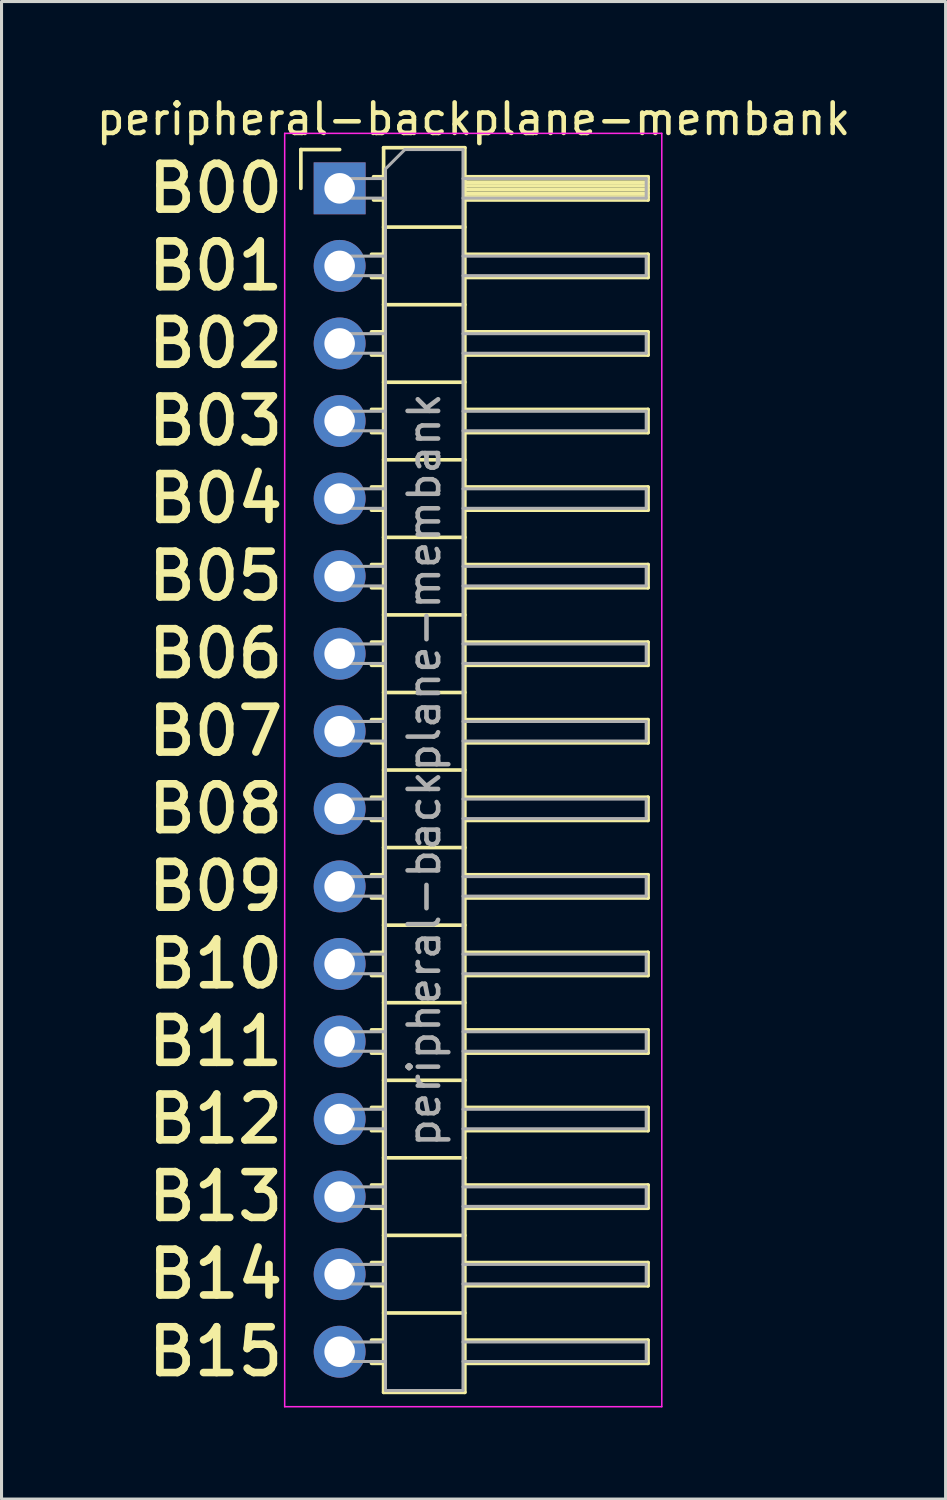
<source format=kicad_pcb>
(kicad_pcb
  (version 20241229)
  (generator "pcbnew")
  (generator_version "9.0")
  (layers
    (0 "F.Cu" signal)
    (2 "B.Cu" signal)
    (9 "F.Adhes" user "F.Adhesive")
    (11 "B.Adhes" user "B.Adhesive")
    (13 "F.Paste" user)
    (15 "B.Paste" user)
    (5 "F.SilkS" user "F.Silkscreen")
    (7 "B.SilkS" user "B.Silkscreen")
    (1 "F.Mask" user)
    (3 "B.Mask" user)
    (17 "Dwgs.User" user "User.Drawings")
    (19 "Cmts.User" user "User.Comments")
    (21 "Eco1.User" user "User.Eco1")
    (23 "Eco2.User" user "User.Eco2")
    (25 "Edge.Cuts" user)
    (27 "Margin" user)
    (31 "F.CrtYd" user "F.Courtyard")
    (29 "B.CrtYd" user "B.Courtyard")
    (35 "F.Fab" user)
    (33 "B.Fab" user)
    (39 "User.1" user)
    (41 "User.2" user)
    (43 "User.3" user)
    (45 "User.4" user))
  (footprint "peripheral-backplane-membank"
    (layer "F.Cu")
    (at 8.073 3.118)
    (property "Reference" "peripheral-backplane-membank" (at 4.385 -2.27 0) (layer "F.SilkS") (effects (font (size 1 1) (thickness 0.15))))
    (attr through_hole)
    (fp_line (start -1.27 -1.27) (end 0 -1.27) (stroke (width 0.12) (type solid)) (layer "F.SilkS"))
    (fp_line (start -1.27 0) (end -1.27 -1.27) (stroke (width 0.12) (type solid)) (layer "F.SilkS"))
    (fp_line (start 1.043 2.16) (end 1.44 2.16) (stroke (width 0.12) (type solid)) (layer "F.SilkS"))
    (fp_line (start 1.043 2.92) (end 1.44 2.92) (stroke (width 0.12) (type solid)) (layer "F.SilkS"))
    (fp_line (start 1.043 4.7) (end 1.44 4.7) (stroke (width 0.12) (type solid)) (layer "F.SilkS"))
    (fp_line (start 1.043 5.46) (end 1.44 5.46) (stroke (width 0.12) (type solid)) (layer "F.SilkS"))
    (fp_line (start 1.043 7.24) (end 1.44 7.24) (stroke (width 0.12) (type solid)) (layer "F.SilkS"))
    (fp_line (start 1.043 8) (end 1.44 8) (stroke (width 0.12) (type solid)) (layer "F.SilkS"))
    (fp_line (start 1.043 9.78) (end 1.44 9.78) (stroke (width 0.12) (type solid)) (layer "F.SilkS"))
    (fp_line (start 1.043 10.54) (end 1.44 10.54) (stroke (width 0.12) (type solid)) (layer "F.SilkS"))
    (fp_line (start 1.043 12.32) (end 1.44 12.32) (stroke (width 0.12) (type solid)) (layer "F.SilkS"))
    (fp_line (start 1.043 13.08) (end 1.44 13.08) (stroke (width 0.12) (type solid)) (layer "F.SilkS"))
    (fp_line (start 1.043 14.86) (end 1.44 14.86) (stroke (width 0.12) (type solid)) (layer "F.SilkS"))
    (fp_line (start 1.043 15.62) (end 1.44 15.62) (stroke (width 0.12) (type solid)) (layer "F.SilkS"))
    (fp_line (start 1.043 17.4) (end 1.44 17.4) (stroke (width 0.12) (type solid)) (layer "F.SilkS"))
    (fp_line (start 1.043 18.16) (end 1.44 18.16) (stroke (width 0.12) (type solid)) (layer "F.SilkS"))
    (fp_line (start 1.043 19.94) (end 1.44 19.94) (stroke (width 0.12) (type solid)) (layer "F.SilkS"))
    (fp_line (start 1.043 20.7) (end 1.44 20.7) (stroke (width 0.12) (type solid)) (layer "F.SilkS"))
    (fp_line (start 1.043 22.48) (end 1.44 22.48) (stroke (width 0.12) (type solid)) (layer "F.SilkS"))
    (fp_line (start 1.043 23.24) (end 1.44 23.24) (stroke (width 0.12) (type solid)) (layer "F.SilkS"))
    (fp_line (start 1.043 25.02) (end 1.44 25.02) (stroke (width 0.12) (type solid)) (layer "F.SilkS"))
    (fp_line (start 1.043 25.78) (end 1.44 25.78) (stroke (width 0.12) (type solid)) (layer "F.SilkS"))
    (fp_line (start 1.043 27.56) (end 1.44 27.56) (stroke (width 0.12) (type solid)) (layer "F.SilkS"))
    (fp_line (start 1.043 28.32) (end 1.44 28.32) (stroke (width 0.12) (type solid)) (layer "F.SilkS"))
    (fp_line (start 1.043 30.1) (end 1.44 30.1) (stroke (width 0.12) (type solid)) (layer "F.SilkS"))
    (fp_line (start 1.043 30.86) (end 1.44 30.86) (stroke (width 0.12) (type solid)) (layer "F.SilkS"))
    (fp_line (start 1.043 32.64) (end 1.44 32.64) (stroke (width 0.12) (type solid)) (layer "F.SilkS"))
    (fp_line (start 1.043 33.4) (end 1.44 33.4) (stroke (width 0.12) (type solid)) (layer "F.SilkS"))
    (fp_line (start 1.043 35.18) (end 1.44 35.18) (stroke (width 0.12) (type solid)) (layer "F.SilkS"))
    (fp_line (start 1.043 35.94) (end 1.44 35.94) (stroke (width 0.12) (type solid)) (layer "F.SilkS"))
    (fp_line (start 1.043 37.72) (end 1.44 37.72) (stroke (width 0.12) (type solid)) (layer "F.SilkS"))
    (fp_line (start 1.043 38.48) (end 1.44 38.48) (stroke (width 0.12) (type solid)) (layer "F.SilkS"))
    (fp_line (start 1.11 -0.38) (end 1.44 -0.38) (stroke (width 0.12) (type solid)) (layer "F.SilkS"))
    (fp_line (start 1.11 0.38) (end 1.44 0.38) (stroke (width 0.12) (type solid)) (layer "F.SilkS"))
    (fp_line (start 1.44 -1.33) (end 1.44 39.43) (stroke (width 0.12) (type solid)) (layer "F.SilkS"))
    (fp_line (start 1.44 1.27) (end 4.1 1.27) (stroke (width 0.12) (type solid)) (layer "F.SilkS"))
    (fp_line (start 1.44 3.81) (end 4.1 3.81) (stroke (width 0.12) (type solid)) (layer "F.SilkS"))
    (fp_line (start 1.44 6.35) (end 4.1 6.35) (stroke (width 0.12) (type solid)) (layer "F.SilkS"))
    (fp_line (start 1.44 8.89) (end 4.1 8.89) (stroke (width 0.12) (type solid)) (layer "F.SilkS"))
    (fp_line (start 1.44 11.43) (end 4.1 11.43) (stroke (width 0.12) (type solid)) (layer "F.SilkS"))
    (fp_line (start 1.44 13.97) (end 4.1 13.97) (stroke (width 0.12) (type solid)) (layer "F.SilkS"))
    (fp_line (start 1.44 16.51) (end 4.1 16.51) (stroke (width 0.12) (type solid)) (layer "F.SilkS"))
    (fp_line (start 1.44 19.05) (end 4.1 19.05) (stroke (width 0.12) (type solid)) (layer "F.SilkS"))
    (fp_line (start 1.44 21.59) (end 4.1 21.59) (stroke (width 0.12) (type solid)) (layer "F.SilkS"))
    (fp_line (start 1.44 24.13) (end 4.1 24.13) (stroke (width 0.12) (type solid)) (layer "F.SilkS"))
    (fp_line (start 1.44 26.67) (end 4.1 26.67) (stroke (width 0.12) (type solid)) (layer "F.SilkS"))
    (fp_line (start 1.44 29.21) (end 4.1 29.21) (stroke (width 0.12) (type solid)) (layer "F.SilkS"))
    (fp_line (start 1.44 31.75) (end 4.1 31.75) (stroke (width 0.12) (type solid)) (layer "F.SilkS"))
    (fp_line (start 1.44 34.29) (end 4.1 34.29) (stroke (width 0.12) (type solid)) (layer "F.SilkS"))
    (fp_line (start 1.44 36.83) (end 4.1 36.83) (stroke (width 0.12) (type solid)) (layer "F.SilkS"))
    (fp_line (start 1.44 39.43) (end 4.1 39.43) (stroke (width 0.12) (type solid)) (layer "F.SilkS"))
    (fp_line (start 4.1 -1.33) (end 1.44 -1.33) (stroke (width 0.12) (type solid)) (layer "F.SilkS"))
    (fp_line (start 4.1 -0.38) (end 10.1 -0.38) (stroke (width 0.12) (type solid)) (layer "F.SilkS"))
    (fp_line (start 4.1 -0.32) (end 10.1 -0.32) (stroke (width 0.12) (type solid)) (layer "F.SilkS"))
    (fp_line (start 4.1 -0.2) (end 10.1 -0.2) (stroke (width 0.12) (type solid)) (layer "F.SilkS"))
    (fp_line (start 4.1 -0.08) (end 10.1 -0.08) (stroke (width 0.12) (type solid)) (layer "F.SilkS"))
    (fp_line (start 4.1 0.04) (end 10.1 0.04) (stroke (width 0.12) (type solid)) (layer "F.SilkS"))
    (fp_line (start 4.1 0.16) (end 10.1 0.16) (stroke (width 0.12) (type solid)) (layer "F.SilkS"))
    (fp_line (start 4.1 0.28) (end 10.1 0.28) (stroke (width 0.12) (type solid)) (layer "F.SilkS"))
    (fp_line (start 4.1 2.16) (end 10.1 2.16) (stroke (width 0.12) (type solid)) (layer "F.SilkS"))
    (fp_line (start 4.1 4.7) (end 10.1 4.7) (stroke (width 0.12) (type solid)) (layer "F.SilkS"))
    (fp_line (start 4.1 7.24) (end 10.1 7.24) (stroke (width 0.12) (type solid)) (layer "F.SilkS"))
    (fp_line (start 4.1 9.78) (end 10.1 9.78) (stroke (width 0.12) (type solid)) (layer "F.SilkS"))
    (fp_line (start 4.1 12.32) (end 10.1 12.32) (stroke (width 0.12) (type solid)) (layer "F.SilkS"))
    (fp_line (start 4.1 14.86) (end 10.1 14.86) (stroke (width 0.12) (type solid)) (layer "F.SilkS"))
    (fp_line (start 4.1 17.4) (end 10.1 17.4) (stroke (width 0.12) (type solid)) (layer "F.SilkS"))
    (fp_line (start 4.1 19.94) (end 10.1 19.94) (stroke (width 0.12) (type solid)) (layer "F.SilkS"))
    (fp_line (start 4.1 22.48) (end 10.1 22.48) (stroke (width 0.12) (type solid)) (layer "F.SilkS"))
    (fp_line (start 4.1 25.02) (end 10.1 25.02) (stroke (width 0.12) (type solid)) (layer "F.SilkS"))
    (fp_line (start 4.1 27.56) (end 10.1 27.56) (stroke (width 0.12) (type solid)) (layer "F.SilkS"))
    (fp_line (start 4.1 30.1) (end 10.1 30.1) (stroke (width 0.12) (type solid)) (layer "F.SilkS"))
    (fp_line (start 4.1 32.64) (end 10.1 32.64) (stroke (width 0.12) (type solid)) (layer "F.SilkS"))
    (fp_line (start 4.1 35.18) (end 10.1 35.18) (stroke (width 0.12) (type solid)) (layer "F.SilkS"))
    (fp_line (start 4.1 37.72) (end 10.1 37.72) (stroke (width 0.12) (type solid)) (layer "F.SilkS"))
    (fp_line (start 4.1 39.43) (end 4.1 -1.33) (stroke (width 0.12) (type solid)) (layer "F.SilkS"))
    (fp_line (start 10.1 -0.38) (end 10.1 0.38) (stroke (width 0.12) (type solid)) (layer "F.SilkS"))
    (fp_line (start 10.1 0.38) (end 4.1 0.38) (stroke (width 0.12) (type solid)) (layer "F.SilkS"))
    (fp_line (start 10.1 2.16) (end 10.1 2.92) (stroke (width 0.12) (type solid)) (layer "F.SilkS"))
    (fp_line (start 10.1 2.92) (end 4.1 2.92) (stroke (width 0.12) (type solid)) (layer "F.SilkS"))
    (fp_line (start 10.1 4.7) (end 10.1 5.46) (stroke (width 0.12) (type solid)) (layer "F.SilkS"))
    (fp_line (start 10.1 5.46) (end 4.1 5.46) (stroke (width 0.12) (type solid)) (layer "F.SilkS"))
    (fp_line (start 10.1 7.24) (end 10.1 8) (stroke (width 0.12) (type solid)) (layer "F.SilkS"))
    (fp_line (start 10.1 8) (end 4.1 8) (stroke (width 0.12) (type solid)) (layer "F.SilkS"))
    (fp_line (start 10.1 9.78) (end 10.1 10.54) (stroke (width 0.12) (type solid)) (layer "F.SilkS"))
    (fp_line (start 10.1 10.54) (end 4.1 10.54) (stroke (width 0.12) (type solid)) (layer "F.SilkS"))
    (fp_line (start 10.1 12.32) (end 10.1 13.08) (stroke (width 0.12) (type solid)) (layer "F.SilkS"))
    (fp_line (start 10.1 13.08) (end 4.1 13.08) (stroke (width 0.12) (type solid)) (layer "F.SilkS"))
    (fp_line (start 10.1 14.86) (end 10.1 15.62) (stroke (width 0.12) (type solid)) (layer "F.SilkS"))
    (fp_line (start 10.1 15.62) (end 4.1 15.62) (stroke (width 0.12) (type solid)) (layer "F.SilkS"))
    (fp_line (start 10.1 17.4) (end 10.1 18.16) (stroke (width 0.12) (type solid)) (layer "F.SilkS"))
    (fp_line (start 10.1 18.16) (end 4.1 18.16) (stroke (width 0.12) (type solid)) (layer "F.SilkS"))
    (fp_line (start 10.1 19.94) (end 10.1 20.7) (stroke (width 0.12) (type solid)) (layer "F.SilkS"))
    (fp_line (start 10.1 20.7) (end 4.1 20.7) (stroke (width 0.12) (type solid)) (layer "F.SilkS"))
    (fp_line (start 10.1 22.48) (end 10.1 23.24) (stroke (width 0.12) (type solid)) (layer "F.SilkS"))
    (fp_line (start 10.1 23.24) (end 4.1 23.24) (stroke (width 0.12) (type solid)) (layer "F.SilkS"))
    (fp_line (start 10.1 25.02) (end 10.1 25.78) (stroke (width 0.12) (type solid)) (layer "F.SilkS"))
    (fp_line (start 10.1 25.78) (end 4.1 25.78) (stroke (width 0.12) (type solid)) (layer "F.SilkS"))
    (fp_line (start 10.1 27.56) (end 10.1 28.32) (stroke (width 0.12) (type solid)) (layer "F.SilkS"))
    (fp_line (start 10.1 28.32) (end 4.1 28.32) (stroke (width 0.12) (type solid)) (layer "F.SilkS"))
    (fp_line (start 10.1 30.1) (end 10.1 30.86) (stroke (width 0.12) (type solid)) (layer "F.SilkS"))
    (fp_line (start 10.1 30.86) (end 4.1 30.86) (stroke (width 0.12) (type solid)) (layer "F.SilkS"))
    (fp_line (start 10.1 32.64) (end 10.1 33.4) (stroke (width 0.12) (type solid)) (layer "F.SilkS"))
    (fp_line (start 10.1 33.4) (end 4.1 33.4) (stroke (width 0.12) (type solid)) (layer "F.SilkS"))
    (fp_line (start 10.1 35.18) (end 10.1 35.94) (stroke (width 0.12) (type solid)) (layer "F.SilkS"))
    (fp_line (start 10.1 35.94) (end 4.1 35.94) (stroke (width 0.12) (type solid)) (layer "F.SilkS"))
    (fp_line (start 10.1 37.72) (end 10.1 38.48) (stroke (width 0.12) (type solid)) (layer "F.SilkS"))
    (fp_line (start 10.1 38.48) (end 4.1 38.48) (stroke (width 0.12) (type solid)) (layer "F.SilkS"))
    (fp_line (start -1.8 -1.8) (end -1.8 39.9) (stroke (width 0.05) (type solid)) (layer "F.CrtYd"))
    (fp_line (start -1.8 39.9) (end 10.55 39.9) (stroke (width 0.05) (type solid)) (layer "F.CrtYd"))
    (fp_line (start 10.55 -1.8) (end -1.8 -1.8) (stroke (width 0.05) (type solid)) (layer "F.CrtYd"))
    (fp_line (start 10.55 39.9) (end 10.55 -1.8) (stroke (width 0.05) (type solid)) (layer "F.CrtYd"))
    (fp_line (start -0.32 -0.32) (end -0.32 0.32) (stroke (width 0.1) (type solid)) (layer "F.Fab"))
    (fp_line (start -0.32 -0.32) (end 1.5 -0.32) (stroke (width 0.1) (type solid)) (layer "F.Fab"))
    (fp_line (start -0.32 0.32) (end 1.5 0.32) (stroke (width 0.1) (type solid)) (layer "F.Fab"))
    (fp_line (start -0.32 2.22) (end -0.32 2.86) (stroke (width 0.1) (type solid)) (layer "F.Fab"))
    (fp_line (start -0.32 2.22) (end 1.5 2.22) (stroke (width 0.1) (type solid)) (layer "F.Fab"))
    (fp_line (start -0.32 2.86) (end 1.5 2.86) (stroke (width 0.1) (type solid)) (layer "F.Fab"))
    (fp_line (start -0.32 4.76) (end -0.32 5.4) (stroke (width 0.1) (type solid)) (layer "F.Fab"))
    (fp_line (start -0.32 4.76) (end 1.5 4.76) (stroke (width 0.1) (type solid)) (layer "F.Fab"))
    (fp_line (start -0.32 5.4) (end 1.5 5.4) (stroke (width 0.1) (type solid)) (layer "F.Fab"))
    (fp_line (start -0.32 7.3) (end -0.32 7.94) (stroke (width 0.1) (type solid)) (layer "F.Fab"))
    (fp_line (start -0.32 7.3) (end 1.5 7.3) (stroke (width 0.1) (type solid)) (layer "F.Fab"))
    (fp_line (start -0.32 7.94) (end 1.5 7.94) (stroke (width 0.1) (type solid)) (layer "F.Fab"))
    (fp_line (start -0.32 9.84) (end -0.32 10.48) (stroke (width 0.1) (type solid)) (layer "F.Fab"))
    (fp_line (start -0.32 9.84) (end 1.5 9.84) (stroke (width 0.1) (type solid)) (layer "F.Fab"))
    (fp_line (start -0.32 10.48) (end 1.5 10.48) (stroke (width 0.1) (type solid)) (layer "F.Fab"))
    (fp_line (start -0.32 12.38) (end -0.32 13.02) (stroke (width 0.1) (type solid)) (layer "F.Fab"))
    (fp_line (start -0.32 12.38) (end 1.5 12.38) (stroke (width 0.1) (type solid)) (layer "F.Fab"))
    (fp_line (start -0.32 13.02) (end 1.5 13.02) (stroke (width 0.1) (type solid)) (layer "F.Fab"))
    (fp_line (start -0.32 14.92) (end -0.32 15.56) (stroke (width 0.1) (type solid)) (layer "F.Fab"))
    (fp_line (start -0.32 14.92) (end 1.5 14.92) (stroke (width 0.1) (type solid)) (layer "F.Fab"))
    (fp_line (start -0.32 15.56) (end 1.5 15.56) (stroke (width 0.1) (type solid)) (layer "F.Fab"))
    (fp_line (start -0.32 17.46) (end -0.32 18.1) (stroke (width 0.1) (type solid)) (layer "F.Fab"))
    (fp_line (start -0.32 17.46) (end 1.5 17.46) (stroke (width 0.1) (type solid)) (layer "F.Fab"))
    (fp_line (start -0.32 18.1) (end 1.5 18.1) (stroke (width 0.1) (type solid)) (layer "F.Fab"))
    (fp_line (start -0.32 20) (end -0.32 20.64) (stroke (width 0.1) (type solid)) (layer "F.Fab"))
    (fp_line (start -0.32 20) (end 1.5 20) (stroke (width 0.1) (type solid)) (layer "F.Fab"))
    (fp_line (start -0.32 20.64) (end 1.5 20.64) (stroke (width 0.1) (type solid)) (layer "F.Fab"))
    (fp_line (start -0.32 22.54) (end -0.32 23.18) (stroke (width 0.1) (type solid)) (layer "F.Fab"))
    (fp_line (start -0.32 22.54) (end 1.5 22.54) (stroke (width 0.1) (type solid)) (layer "F.Fab"))
    (fp_line (start -0.32 23.18) (end 1.5 23.18) (stroke (width 0.1) (type solid)) (layer "F.Fab"))
    (fp_line (start -0.32 25.08) (end -0.32 25.72) (stroke (width 0.1) (type solid)) (layer "F.Fab"))
    (fp_line (start -0.32 25.08) (end 1.5 25.08) (stroke (width 0.1) (type solid)) (layer "F.Fab"))
    (fp_line (start -0.32 25.72) (end 1.5 25.72) (stroke (width 0.1) (type solid)) (layer "F.Fab"))
    (fp_line (start -0.32 27.62) (end -0.32 28.26) (stroke (width 0.1) (type solid)) (layer "F.Fab"))
    (fp_line (start -0.32 27.62) (end 1.5 27.62) (stroke (width 0.1) (type solid)) (layer "F.Fab"))
    (fp_line (start -0.32 28.26) (end 1.5 28.26) (stroke (width 0.1) (type solid)) (layer "F.Fab"))
    (fp_line (start -0.32 30.16) (end -0.32 30.8) (stroke (width 0.1) (type solid)) (layer "F.Fab"))
    (fp_line (start -0.32 30.16) (end 1.5 30.16) (stroke (width 0.1) (type solid)) (layer "F.Fab"))
    (fp_line (start -0.32 30.8) (end 1.5 30.8) (stroke (width 0.1) (type solid)) (layer "F.Fab"))
    (fp_line (start -0.32 32.7) (end -0.32 33.34) (stroke (width 0.1) (type solid)) (layer "F.Fab"))
    (fp_line (start -0.32 32.7) (end 1.5 32.7) (stroke (width 0.1) (type solid)) (layer "F.Fab"))
    (fp_line (start -0.32 33.34) (end 1.5 33.34) (stroke (width 0.1) (type solid)) (layer "F.Fab"))
    (fp_line (start -0.32 35.24) (end -0.32 35.88) (stroke (width 0.1) (type solid)) (layer "F.Fab"))
    (fp_line (start -0.32 35.24) (end 1.5 35.24) (stroke (width 0.1) (type solid)) (layer "F.Fab"))
    (fp_line (start -0.32 35.88) (end 1.5 35.88) (stroke (width 0.1) (type solid)) (layer "F.Fab"))
    (fp_line (start -0.32 37.78) (end -0.32 38.42) (stroke (width 0.1) (type solid)) (layer "F.Fab"))
    (fp_line (start -0.32 37.78) (end 1.5 37.78) (stroke (width 0.1) (type solid)) (layer "F.Fab"))
    (fp_line (start -0.32 38.42) (end 1.5 38.42) (stroke (width 0.1) (type solid)) (layer "F.Fab"))
    (fp_line (start 1.5 -0.635) (end 2.135 -1.27) (stroke (width 0.1) (type solid)) (layer "F.Fab"))
    (fp_line (start 1.5 39.37) (end 1.5 -0.635) (stroke (width 0.1) (type solid)) (layer "F.Fab"))
    (fp_line (start 2.135 -1.27) (end 4.04 -1.27) (stroke (width 0.1) (type solid)) (layer "F.Fab"))
    (fp_line (start 4.04 -1.27) (end 4.04 39.37) (stroke (width 0.1) (type solid)) (layer "F.Fab"))
    (fp_line (start 4.04 -0.32) (end 10.04 -0.32) (stroke (width 0.1) (type solid)) (layer "F.Fab"))
    (fp_line (start 4.04 0.32) (end 10.04 0.32) (stroke (width 0.1) (type solid)) (layer "F.Fab"))
    (fp_line (start 4.04 2.22) (end 10.04 2.22) (stroke (width 0.1) (type solid)) (layer "F.Fab"))
    (fp_line (start 4.04 2.86) (end 10.04 2.86) (stroke (width 0.1) (type solid)) (layer "F.Fab"))
    (fp_line (start 4.04 4.76) (end 10.04 4.76) (stroke (width 0.1) (type solid)) (layer "F.Fab"))
    (fp_line (start 4.04 5.4) (end 10.04 5.4) (stroke (width 0.1) (type solid)) (layer "F.Fab"))
    (fp_line (start 4.04 7.3) (end 10.04 7.3) (stroke (width 0.1) (type solid)) (layer "F.Fab"))
    (fp_line (start 4.04 7.94) (end 10.04 7.94) (stroke (width 0.1) (type solid)) (layer "F.Fab"))
    (fp_line (start 4.04 9.84) (end 10.04 9.84) (stroke (width 0.1) (type solid)) (layer "F.Fab"))
    (fp_line (start 4.04 10.48) (end 10.04 10.48) (stroke (width 0.1) (type solid)) (layer "F.Fab"))
    (fp_line (start 4.04 12.38) (end 10.04 12.38) (stroke (width 0.1) (type solid)) (layer "F.Fab"))
    (fp_line (start 4.04 13.02) (end 10.04 13.02) (stroke (width 0.1) (type solid)) (layer "F.Fab"))
    (fp_line (start 4.04 14.92) (end 10.04 14.92) (stroke (width 0.1) (type solid)) (layer "F.Fab"))
    (fp_line (start 4.04 15.56) (end 10.04 15.56) (stroke (width 0.1) (type solid)) (layer "F.Fab"))
    (fp_line (start 4.04 17.46) (end 10.04 17.46) (stroke (width 0.1) (type solid)) (layer "F.Fab"))
    (fp_line (start 4.04 18.1) (end 10.04 18.1) (stroke (width 0.1) (type solid)) (layer "F.Fab"))
    (fp_line (start 4.04 20) (end 10.04 20) (stroke (width 0.1) (type solid)) (layer "F.Fab"))
    (fp_line (start 4.04 20.64) (end 10.04 20.64) (stroke (width 0.1) (type solid)) (layer "F.Fab"))
    (fp_line (start 4.04 22.54) (end 10.04 22.54) (stroke (width 0.1) (type solid)) (layer "F.Fab"))
    (fp_line (start 4.04 23.18) (end 10.04 23.18) (stroke (width 0.1) (type solid)) (layer "F.Fab"))
    (fp_line (start 4.04 25.08) (end 10.04 25.08) (stroke (width 0.1) (type solid)) (layer "F.Fab"))
    (fp_line (start 4.04 25.72) (end 10.04 25.72) (stroke (width 0.1) (type solid)) (layer "F.Fab"))
    (fp_line (start 4.04 27.62) (end 10.04 27.62) (stroke (width 0.1) (type solid)) (layer "F.Fab"))
    (fp_line (start 4.04 28.26) (end 10.04 28.26) (stroke (width 0.1) (type solid)) (layer "F.Fab"))
    (fp_line (start 4.04 30.16) (end 10.04 30.16) (stroke (width 0.1) (type solid)) (layer "F.Fab"))
    (fp_line (start 4.04 30.8) (end 10.04 30.8) (stroke (width 0.1) (type solid)) (layer "F.Fab"))
    (fp_line (start 4.04 32.7) (end 10.04 32.7) (stroke (width 0.1) (type solid)) (layer "F.Fab"))
    (fp_line (start 4.04 33.34) (end 10.04 33.34) (stroke (width 0.1) (type solid)) (layer "F.Fab"))
    (fp_line (start 4.04 35.24) (end 10.04 35.24) (stroke (width 0.1) (type solid)) (layer "F.Fab"))
    (fp_line (start 4.04 35.88) (end 10.04 35.88) (stroke (width 0.1) (type solid)) (layer "F.Fab"))
    (fp_line (start 4.04 37.78) (end 10.04 37.78) (stroke (width 0.1) (type solid)) (layer "F.Fab"))
    (fp_line (start 4.04 38.42) (end 10.04 38.42) (stroke (width 0.1) (type solid)) (layer "F.Fab"))
    (fp_line (start 4.04 39.37) (end 1.5 39.37) (stroke (width 0.1) (type solid)) (layer "F.Fab"))
    (fp_line (start 10.04 -0.32) (end 10.04 0.32) (stroke (width 0.1) (type solid)) (layer "F.Fab"))
    (fp_line (start 10.04 2.22) (end 10.04 2.86) (stroke (width 0.1) (type solid)) (layer "F.Fab"))
    (fp_line (start 10.04 4.76) (end 10.04 5.4) (stroke (width 0.1) (type solid)) (layer "F.Fab"))
    (fp_line (start 10.04 7.3) (end 10.04 7.94) (stroke (width 0.1) (type solid)) (layer "F.Fab"))
    (fp_line (start 10.04 9.84) (end 10.04 10.48) (stroke (width 0.1) (type solid)) (layer "F.Fab"))
    (fp_line (start 10.04 12.38) (end 10.04 13.02) (stroke (width 0.1) (type solid)) (layer "F.Fab"))
    (fp_line (start 10.04 14.92) (end 10.04 15.56) (stroke (width 0.1) (type solid)) (layer "F.Fab"))
    (fp_line (start 10.04 17.46) (end 10.04 18.1) (stroke (width 0.1) (type solid)) (layer "F.Fab"))
    (fp_line (start 10.04 20) (end 10.04 20.64) (stroke (width 0.1) (type solid)) (layer "F.Fab"))
    (fp_line (start 10.04 22.54) (end 10.04 23.18) (stroke (width 0.1) (type solid)) (layer "F.Fab"))
    (fp_line (start 10.04 25.08) (end 10.04 25.72) (stroke (width 0.1) (type solid)) (layer "F.Fab"))
    (fp_line (start 10.04 27.62) (end 10.04 28.26) (stroke (width 0.1) (type solid)) (layer "F.Fab"))
    (fp_line (start 10.04 30.16) (end 10.04 30.8) (stroke (width 0.1) (type solid)) (layer "F.Fab"))
    (fp_line (start 10.04 32.7) (end 10.04 33.34) (stroke (width 0.1) (type solid)) (layer "F.Fab"))
    (fp_line (start 10.04 35.24) (end 10.04 35.88) (stroke (width 0.1) (type solid)) (layer "F.Fab"))
    (fp_line (start 10.04 37.78) (end 10.04 38.42) (stroke (width 0.1) (type solid)) (layer "F.Fab"))
    (fp_text user "B14" (at -4.064 35.56 0) (layer "F.SilkS") (effects (font (size 1.5 1.5) (thickness 0.25))))
    (fp_text user "B02" (at -4.064 5.08 180) (layer "F.SilkS") (effects (font (size 1.5 1.5) (thickness 0.25))))
    (fp_text user "B01" (at -4.064 2.54 180) (layer "F.SilkS") (effects (font (size 1.5 1.5) (thickness 0.25))))
    (fp_text user "B10" (at -4.064 25.4 0) (layer "F.SilkS") (effects (font (size 1.5 1.5) (thickness 0.25))))
    (fp_text user "B04" (at -4.064 10.16 0) (layer "F.SilkS") (effects (font (size 1.5 1.5) (thickness 0.25))))
    (fp_text user "B12" (at -4.064 30.48 0) (layer "F.SilkS") (effects (font (size 1.5 1.5) (thickness 0.25))))
    (fp_text user "B05" (at -4.064 12.7 0) (layer "F.SilkS") (effects (font (size 1.5 1.5) (thickness 0.25))))
    (fp_text user "B09" (at -4.064 22.86 0) (layer "F.SilkS") (effects (font (size 1.5 1.5) (thickness 0.25))))
    (fp_text user "B11" (at -4.064 27.94 0) (layer "F.SilkS") (effects (font (size 1.5 1.5) (thickness 0.25))))
    (fp_text user "B07" (at -4.064 17.78 0) (layer "F.SilkS") (effects (font (size 1.5 1.5) (thickness 0.25))))
    (fp_text user "B00" (at -4.064 0 180) (layer "F.SilkS") (effects (font (size 1.5 1.5) (thickness 0.25))))
    (fp_text user "B03" (at -4.064 7.62 0) (layer "F.SilkS") (effects (font (size 1.5 1.5) (thickness 0.25))))
    (fp_text user "B13" (at -4.064 33.02 0) (layer "F.SilkS") (effects (font (size 1.5 1.5) (thickness 0.25))))
    (fp_text user "B15" (at -4.064 38.1 0) (layer "F.SilkS") (effects (font (size 1.5 1.5) (thickness 0.25))))
    (fp_text user "B06" (at -4.064 15.24 0) (layer "F.SilkS") (effects (font (size 1.5 1.5) (thickness 0.25))))
    (fp_text user "B08" (at -4.064 20.32 0) (layer "F.SilkS") (effects (font (size 1.5 1.5) (thickness 0.25))))
    (fp_text user "${REFERENCE}" (at 2.77 19.05 90) (layer "F.Fab") (effects (font (size 1 1) (thickness 0.15))))
    (pad "1" thru_hole rect (at 0 0) (size 1.7 1.7) (drill 1) (layers "*.Cu" "*.Mask"))
    (pad "2" thru_hole oval (at 0 2.54) (size 1.7 1.7) (drill 1) (layers "*.Cu" "*.Mask"))
    (pad "3" thru_hole oval (at 0 5.08) (size 1.7 1.7) (drill 1) (layers "*.Cu" "*.Mask"))
    (pad "4" thru_hole oval (at 0 7.62) (size 1.7 1.7) (drill 1) (layers "*.Cu" "*.Mask"))
    (pad "5" thru_hole oval (at 0 10.16) (size 1.7 1.7) (drill 1) (layers "*.Cu" "*.Mask"))
    (pad "6" thru_hole oval (at 0 12.7) (size 1.7 1.7) (drill 1) (layers "*.Cu" "*.Mask"))
    (pad "7" thru_hole oval (at 0 15.24) (size 1.7 1.7) (drill 1) (layers "*.Cu" "*.Mask"))
    (pad "8" thru_hole oval (at 0 17.78) (size 1.7 1.7) (drill 1) (layers "*.Cu" "*.Mask"))
    (pad "9" thru_hole oval (at 0 20.32) (size 1.7 1.7) (drill 1) (layers "*.Cu" "*.Mask"))
    (pad "10" thru_hole oval (at 0 22.86) (size 1.7 1.7) (drill 1) (layers "*.Cu" "*.Mask"))
    (pad "11" thru_hole oval (at 0 25.4) (size 1.7 1.7) (drill 1) (layers "*.Cu" "*.Mask"))
    (pad "12" thru_hole oval (at 0 27.94) (size 1.7 1.7) (drill 1) (layers "*.Cu" "*.Mask"))
    (pad "13" thru_hole oval (at 0 30.48) (size 1.7 1.7) (drill 1) (layers "*.Cu" "*.Mask"))
    (pad "14" thru_hole oval (at 0 33.02) (size 1.7 1.7) (drill 1) (layers "*.Cu" "*.Mask"))
    (pad "15" thru_hole oval (at 0 35.56) (size 1.7 1.7) (drill 1) (layers "*.Cu" "*.Mask"))
    (pad "16" thru_hole oval (at 0 38.1) (size 1.7 1.7) (drill 1) (layers "*.Cu" "*.Mask")))
  (gr_rect
    (start -3 -3)
    (end 27.917 46.043)
    (stroke (width 0.1) (type default))
    (fill no)
    (layer "Edge.Cuts")))
</source>
